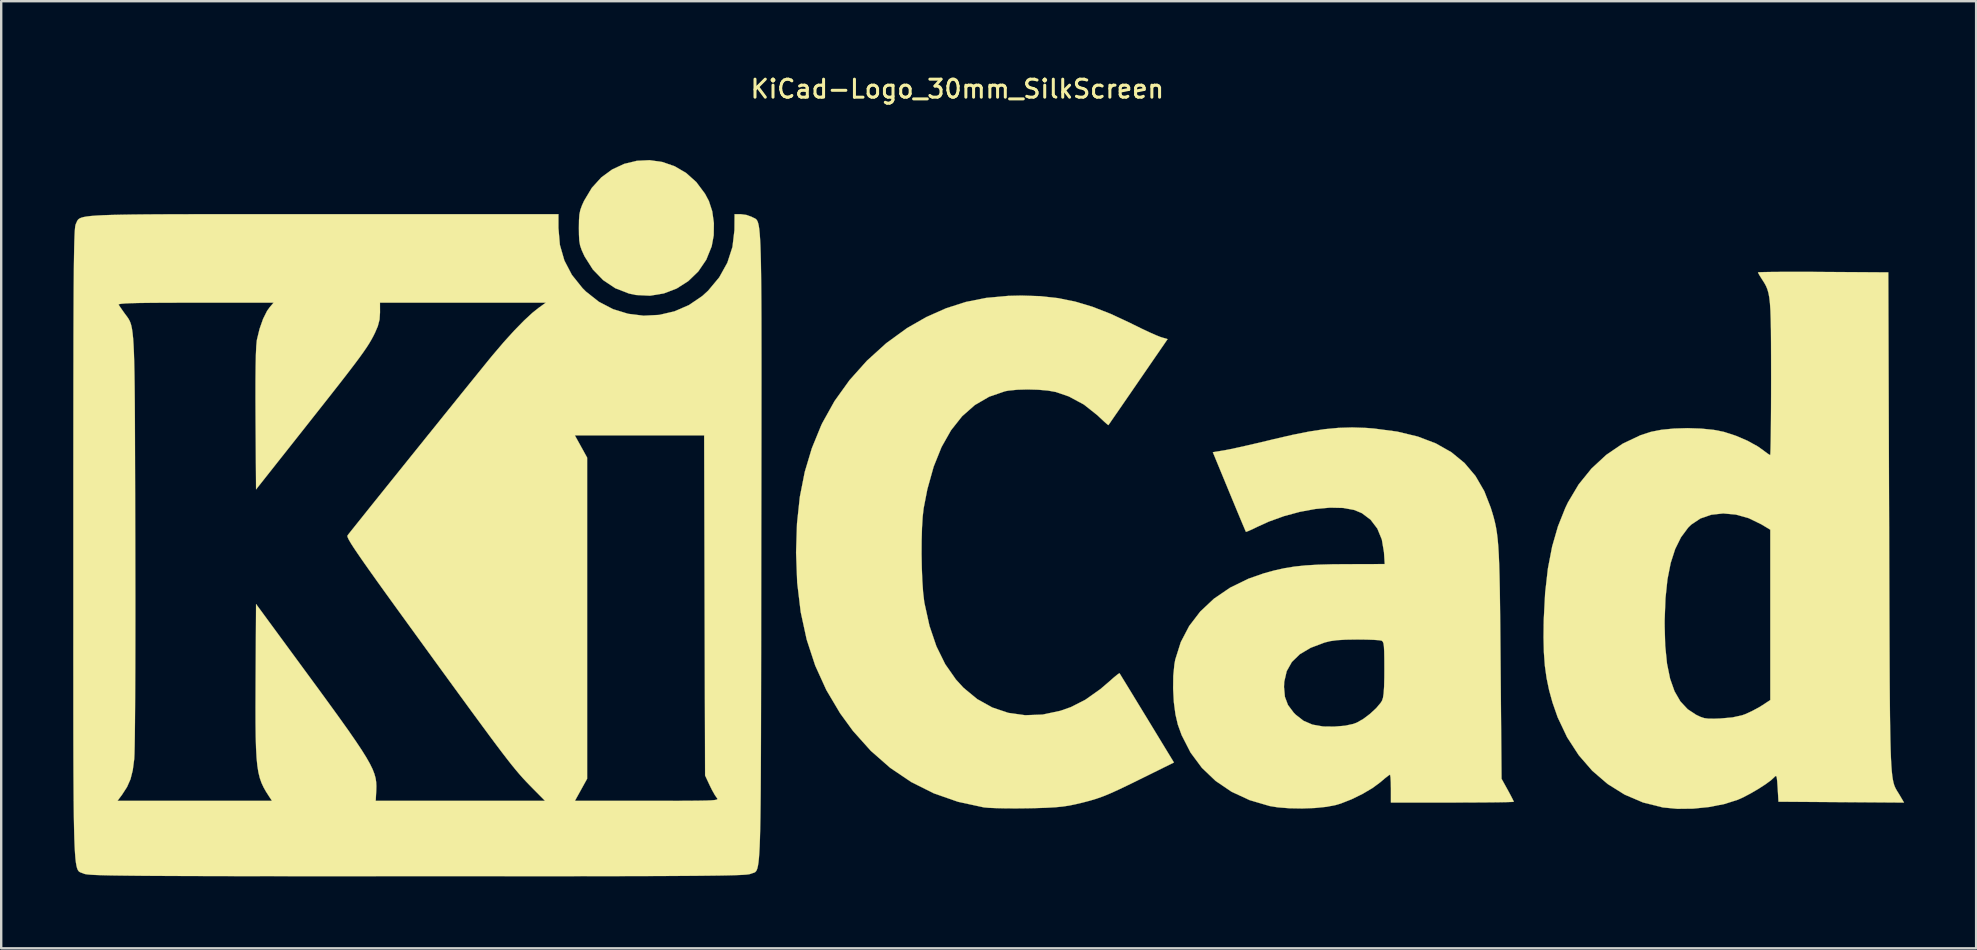
<source format=kicad_pcb>
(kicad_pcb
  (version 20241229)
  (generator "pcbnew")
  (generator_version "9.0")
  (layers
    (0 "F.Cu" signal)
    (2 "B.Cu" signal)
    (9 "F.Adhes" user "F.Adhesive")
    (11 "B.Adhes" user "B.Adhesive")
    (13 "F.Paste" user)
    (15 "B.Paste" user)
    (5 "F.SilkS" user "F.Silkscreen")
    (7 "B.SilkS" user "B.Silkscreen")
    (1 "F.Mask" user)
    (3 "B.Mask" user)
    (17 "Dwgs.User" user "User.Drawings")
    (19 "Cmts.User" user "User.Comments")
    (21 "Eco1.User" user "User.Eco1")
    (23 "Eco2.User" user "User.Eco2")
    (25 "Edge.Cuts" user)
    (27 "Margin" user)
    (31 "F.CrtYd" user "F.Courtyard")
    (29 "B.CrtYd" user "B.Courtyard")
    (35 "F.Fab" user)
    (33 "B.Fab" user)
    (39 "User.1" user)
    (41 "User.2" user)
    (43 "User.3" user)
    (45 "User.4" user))
  (footprint "KiCad-Logo_30mm_SilkScreen"
    (layer "F.Cu")
    (at 38.106 18.438)
    (property "Reference" "KiCad-Logo_30mm_SilkScreen" (at -1.27 -17.78 0) (layer "F.SilkS") (effects (font (size 0.75 0.75) (thickness 0.125))))
    (attr exclude_from_pos_files exclude_from_bom allow_missing_courtyard)
    (fp_poly (pts (xy -13.557 -14.738) (xy -13.044 -14.56) (xy -12.567 -14.28) (xy -12.141 -13.898) (xy -11.781 -13.415) (xy -11.619 -13.11) (xy -11.48 -12.683) (xy -11.412 -12.191) (xy -11.419 -11.684) (xy -11.503 -11.226) (xy -11.73 -10.665) (xy -12.061 -10.179) (xy -12.477 -9.777) (xy -12.961 -9.468) (xy -13.499 -9.262) (xy -14.071 -9.168) (xy -14.662 -9.197) (xy -14.953 -9.259) (xy -15.521 -9.48) (xy -16.025 -9.817) (xy -16.454 -10.26) (xy -16.795 -10.798) (xy -16.823 -10.856) (xy -16.923 -11.077) (xy -16.986 -11.263) (xy -17.02 -11.459) (xy -17.033 -11.71) (xy -17.036 -11.983) (xy -17.032 -12.311) (xy -17.015 -12.549) (xy -16.976 -12.741) (xy -16.906 -12.933) (xy -16.82 -13.122) (xy -16.498 -13.66) (xy -16.103 -14.095) (xy -15.648 -14.428) (xy -15.151 -14.659) (xy -14.626 -14.787) (xy -14.09 -14.814) (xy -13.557 -14.738)) (stroke (width 0.01) (type solid)) (fill yes) (layer "F.SilkS"))
    (fp_poly (pts (xy 2.188 -9.148) (xy 2.924 -9.067) (xy 3.638 -8.923) (xy 4.357 -8.708) (xy 5.111 -8.414) (xy 5.93 -8.033) (xy 6.078 -7.959) (xy 6.416 -7.793) (xy 6.735 -7.643) (xy 7.003 -7.524) (xy 7.189 -7.45) (xy 7.218 -7.44) (xy 7.492 -7.358) (xy 6.265 -5.574) (xy 5.966 -5.138) (xy 5.691 -4.739) (xy 5.452 -4.392) (xy 5.257 -4.11) (xy 5.116 -3.905) (xy 5.038 -3.793) (xy 5.026 -3.775) (xy 4.974 -3.812) (xy 4.847 -3.924) (xy 4.668 -4.091) (xy 4.569 -4.185) (xy 4.007 -4.631) (xy 3.377 -4.97) (xy 2.834 -5.156) (xy 2.508 -5.215) (xy 2.099 -5.25) (xy 1.657 -5.262) (xy 1.228 -5.25) (xy 0.861 -5.213) (xy 0.715 -5.185) (xy 0.055 -4.958) (xy -0.539 -4.612) (xy -1.068 -4.146) (xy -1.53 -3.563) (xy -1.927 -2.861) (xy -2.256 -2.043) (xy -2.517 -1.108) (xy -2.673 -0.307) (xy -2.713 0.046) (xy -2.741 0.503) (xy -2.756 1.029) (xy -2.759 1.594) (xy -2.749 2.163) (xy -2.728 2.703) (xy -2.695 3.184) (xy -2.65 3.57) (xy -2.641 3.629) (xy -2.429 4.59) (xy -2.141 5.439) (xy -1.775 6.183) (xy -1.328 6.823) (xy -1.011 7.169) (xy -0.441 7.64) (xy 0.184 7.988) (xy 0.853 8.213) (xy 1.557 8.312) (xy 2.284 8.285) (xy 3.023 8.128) (xy 3.461 7.974) (xy 4.066 7.666) (xy 4.69 7.225) (xy 5.04 6.926) (xy 5.236 6.753) (xy 5.39 6.626) (xy 5.478 6.565) (xy 5.489 6.563) (xy 5.528 6.626) (xy 5.629 6.791) (xy 5.784 7.044) (xy 5.985 7.372) (xy 6.221 7.76) (xy 6.485 8.193) (xy 6.633 8.435) (xy 7.756 10.281) (xy 6.353 10.974) (xy 5.846 11.223) (xy 5.435 11.419) (xy 5.095 11.573) (xy 4.802 11.693) (xy 4.529 11.79) (xy 4.252 11.873) (xy 3.946 11.953) (xy 3.653 12.022) (xy 3.392 12.076) (xy 3.12 12.117) (xy 2.808 12.147) (xy 2.429 12.168) (xy 1.957 12.183) (xy 1.639 12.189) (xy 1.185 12.194) (xy 0.749 12.192) (xy 0.361 12.183) (xy 0.049 12.17) (xy -0.157 12.152) (xy -0.169 12.15) (xy -1.242 11.918) (xy -2.249 11.566) (xy -3.19 11.095) (xy -4.066 10.504) (xy -4.875 9.794) (xy -5.617 8.965) (xy -6.154 8.228) (xy -6.726 7.263) (xy -7.189 6.245) (xy -7.544 5.164) (xy -7.794 4.013) (xy -7.941 2.783) (xy -7.987 1.534) (xy -7.949 0.327) (xy -7.83 -0.788) (xy -7.625 -1.828) (xy -7.33 -2.812) (xy -6.943 -3.759) (xy -6.897 -3.857) (xy -6.387 -4.774) (xy -5.761 -5.647) (xy -5.037 -6.457) (xy -4.232 -7.187) (xy -3.364 -7.818) (xy -2.555 -8.281) (xy -1.738 -8.643) (xy -0.919 -8.906) (xy -0.066 -9.076) (xy 0.851 -9.16) (xy 1.4 -9.173) (xy 2.188 -9.148)) (stroke (width 0.01) (type solid)) (fill yes) (layer "F.SilkS"))
    (fp_poly (pts (xy 34.027 -10.161) (xy 34.608 -10.159) (xy 34.806 -10.157) (xy 37.52 -10.14) (xy 37.554 0.273) (xy 37.558 1.685) (xy 37.562 2.967) (xy 37.566 4.126) (xy 37.57 5.168) (xy 37.574 6.1) (xy 37.578 6.929) (xy 37.584 7.661) (xy 37.59 8.303) (xy 37.598 8.861) (xy 37.607 9.342) (xy 37.618 9.753) (xy 37.631 10.101) (xy 37.646 10.392) (xy 37.664 10.632) (xy 37.685 10.828) (xy 37.709 10.988) (xy 37.736 11.117) (xy 37.766 11.222) (xy 37.801 11.31) (xy 37.84 11.388) (xy 37.883 11.462) (xy 37.931 11.538) (xy 37.983 11.624) (xy 37.994 11.642) (xy 38.175 11.951) (xy 35.56 11.933) (xy 32.945 11.915) (xy 32.911 11.34) (xy 32.892 11.065) (xy 32.873 10.905) (xy 32.847 10.842) (xy 32.807 10.855) (xy 32.774 10.891) (xy 32.63 11.024) (xy 32.396 11.195) (xy 32.105 11.383) (xy 31.788 11.568) (xy 31.481 11.73) (xy 31.244 11.836) (xy 30.691 12.011) (xy 30.056 12.136) (xy 29.386 12.204) (xy 28.728 12.211) (xy 28.129 12.154) (xy 28.12 12.152) (xy 27.301 11.947) (xy 26.534 11.619) (xy 25.827 11.177) (xy 25.187 10.627) (xy 24.622 9.976) (xy 24.139 9.231) (xy 23.745 8.4) (xy 23.53 7.784) (xy 23.388 7.269) (xy 23.284 6.77) (xy 23.212 6.257) (xy 23.171 5.699) (xy 23.156 5.068) (xy 23.162 4.552) (xy 28.201 4.552) (xy 28.225 5.417) (xy 28.3 6.161) (xy 28.429 6.791) (xy 28.614 7.314) (xy 28.857 7.735) (xy 29.161 8.062) (xy 29.511 8.293) (xy 29.694 8.38) (xy 29.852 8.432) (xy 30.029 8.455) (xy 30.266 8.457) (xy 30.521 8.448) (xy 31.023 8.404) (xy 31.42 8.317) (xy 31.545 8.274) (xy 31.83 8.145) (xy 32.131 7.984) (xy 32.262 7.903) (xy 32.603 7.68) (xy 32.603 0.582) (xy 32.228 0.357) (xy 31.704 0.102) (xy 31.169 -0.048) (xy 30.642 -0.096) (xy 30.143 -0.041) (xy 29.691 0.115) (xy 29.307 0.372) (xy 29.182 0.495) (xy 28.883 0.898) (xy 28.641 1.386) (xy 28.454 1.968) (xy 28.319 2.651) (xy 28.236 3.444) (xy 28.202 4.355) (xy 28.201 4.552) (xy 23.162 4.552) (xy 23.165 4.337) (xy 23.223 3.213) (xy 23.338 2.199) (xy 23.515 1.281) (xy 23.757 0.443) (xy 24.065 -0.329) (xy 24.175 -0.558) (xy 24.619 -1.304) (xy 25.155 -1.967) (xy 25.771 -2.537) (xy 26.454 -3.002) (xy 27.191 -3.352) (xy 27.634 -3.496) (xy 28.068 -3.581) (xy 28.591 -3.632) (xy 29.158 -3.649) (xy 29.725 -3.63) (xy 30.25 -3.577) (xy 30.671 -3.494) (xy 31.172 -3.331) (xy 31.658 -3.122) (xy 32.083 -2.887) (xy 32.309 -2.727) (xy 32.465 -2.609) (xy 32.575 -2.537) (xy 32.599 -2.526) (xy 32.607 -2.592) (xy 32.614 -2.782) (xy 32.621 -3.081) (xy 32.627 -3.476) (xy 32.631 -3.955) (xy 32.635 -4.504) (xy 32.637 -5.108) (xy 32.638 -5.725) (xy 32.637 -6.514) (xy 32.635 -7.179) (xy 32.631 -7.733) (xy 32.622 -8.189) (xy 32.609 -8.559) (xy 32.589 -8.857) (xy 32.562 -9.094) (xy 32.526 -9.283) (xy 32.481 -9.438) (xy 32.426 -9.571) (xy 32.358 -9.695) (xy 32.277 -9.822) (xy 32.267 -9.837) (xy 32.163 -10.002) (xy 32.1 -10.115) (xy 32.091 -10.139) (xy 32.157 -10.146) (xy 32.345 -10.152) (xy 32.641 -10.157) (xy 33.029 -10.16) (xy 33.496 -10.161) (xy 34.027 -10.161)) (stroke (width 0.01) (type solid)) (fill yes) (layer "F.SilkS"))
    (fp_poly (pts (xy 15.752 -3.659) (xy 16.091 -3.633) (xy 17.059 -3.505) (xy 17.916 -3.299) (xy 18.666 -3.014) (xy 19.315 -2.647) (xy 19.865 -2.195) (xy 20.321 -1.655) (xy 20.687 -1.024) (xy 20.954 -0.341) (xy 21.022 -0.124) (xy 21.081 0.08) (xy 21.132 0.281) (xy 21.176 0.49) (xy 21.213 0.719) (xy 21.244 0.977) (xy 21.27 1.277) (xy 21.291 1.628) (xy 21.308 2.042) (xy 21.322 2.531) (xy 21.334 3.104) (xy 21.343 3.774) (xy 21.352 4.55) (xy 21.36 5.444) (xy 21.366 6.145) (xy 21.406 10.959) (xy 21.662 11.422) (xy 21.783 11.645) (xy 21.873 11.819) (xy 21.916 11.911) (xy 21.918 11.917) (xy 21.852 11.924) (xy 21.665 11.931) (xy 21.37 11.937) (xy 20.985 11.942) (xy 20.522 11.945) (xy 19.997 11.948) (xy 19.425 11.949) (xy 19.357 11.949) (xy 16.797 11.949) (xy 16.797 11.369) (xy 16.792 11.106) (xy 16.781 10.906) (xy 16.764 10.798) (xy 16.757 10.788) (xy 16.689 10.83) (xy 16.549 10.939) (xy 16.368 11.093) (xy 16.364 11.097) (xy 16.033 11.343) (xy 15.615 11.59) (xy 15.158 11.814) (xy 14.708 11.991) (xy 14.509 12.051) (xy 14.115 12.128) (xy 13.631 12.177) (xy 13.102 12.197) (xy 12.572 12.188) (xy 12.085 12.15) (xy 11.744 12.095) (xy 10.909 11.849) (xy 10.157 11.5) (xy 9.493 11.05) (xy 8.922 10.505) (xy 8.449 9.868) (xy 8.079 9.145) (xy 7.92 8.706) (xy 7.82 8.279) (xy 7.753 7.767) (xy 7.723 7.216) (xy 7.724 7.136) (xy 12.342 7.136) (xy 12.38 7.545) (xy 12.507 7.885) (xy 12.743 8.201) (xy 12.834 8.293) (xy 13.155 8.543) (xy 13.527 8.703) (xy 13.973 8.781) (xy 14.442 8.786) (xy 14.887 8.749) (xy 15.228 8.675) (xy 15.376 8.62) (xy 15.642 8.469) (xy 15.925 8.256) (xy 16.183 8.018) (xy 16.375 7.789) (xy 16.426 7.705) (xy 16.466 7.588) (xy 16.494 7.401) (xy 16.513 7.126) (xy 16.522 6.747) (xy 16.524 6.385) (xy 16.522 5.964) (xy 16.517 5.659) (xy 16.506 5.452) (xy 16.487 5.321) (xy 16.458 5.247) (xy 16.417 5.21) (xy 16.404 5.204) (xy 16.294 5.186) (xy 16.077 5.171) (xy 15.781 5.161) (xy 15.438 5.157) (xy 15.363 5.157) (xy 14.903 5.164) (xy 14.549 5.186) (xy 14.266 5.225) (xy 14.034 5.283) (xy 13.456 5.501) (xy 13.002 5.77) (xy 12.67 6.093) (xy 12.455 6.475) (xy 12.352 6.92) (xy 12.342 7.136) (xy 7.724 7.136) (xy 7.729 6.675) (xy 7.776 6.189) (xy 7.812 5.993) (xy 8.042 5.265) (xy 8.392 4.595) (xy 8.855 3.99) (xy 9.424 3.456) (xy 10.094 2.999) (xy 10.857 2.626) (xy 11.505 2.399) (xy 11.939 2.28) (xy 12.353 2.188) (xy 12.776 2.119) (xy 13.233 2.071) (xy 13.752 2.04) (xy 14.36 2.023) (xy 14.91 2.019) (xy 16.539 2.014) (xy 16.508 1.524) (xy 16.419 0.993) (xy 16.231 0.536) (xy 15.95 0.166) (xy 15.586 -0.108) (xy 15.265 -0.241) (xy 14.806 -0.325) (xy 14.258 -0.337) (xy 13.65 -0.282) (xy 13.004 -0.163) (xy 12.348 0.014) (xy 11.708 0.245) (xy 11.242 0.457) (xy 11.018 0.566) (xy 10.847 0.641) (xy 10.76 0.671) (xy 10.756 0.67) (xy 10.726 0.604) (xy 10.651 0.428) (xy 10.538 0.16) (xy 10.394 -0.185) (xy 10.227 -0.588) (xy 10.057 -0.999) (xy 9.377 -2.647) (xy 9.861 -2.726) (xy 10.07 -2.766) (xy 10.385 -2.833) (xy 10.779 -2.921) (xy 11.224 -3.024) (xy 11.694 -3.135) (xy 11.881 -3.181) (xy 12.69 -3.368) (xy 13.398 -3.509) (xy 14.032 -3.606) (xy 14.618 -3.661) (xy 15.183 -3.678) (xy 15.752 -3.659)) (stroke (width 0.01) (type solid)) (fill yes) (layer "F.SilkS"))
    (fp_poly (pts (xy -29.619 -12.564) (xy -28.303 -12.563) (xy -27.691 -12.563) (xy -17.889 -12.563) (xy -17.889 -11.986) (xy -17.828 -11.283) (xy -17.641 -10.634) (xy -17.329 -10.036) (xy -16.889 -9.486) (xy -16.74 -9.337) (xy -16.205 -8.915) (xy -15.614 -8.607) (xy -14.986 -8.414) (xy -14.338 -8.334) (xy -13.688 -8.368) (xy -13.053 -8.516) (xy -12.451 -8.777) (xy -11.899 -9.152) (xy -11.651 -9.377) (xy -11.189 -9.932) (xy -10.851 -10.541) (xy -10.638 -11.198) (xy -10.555 -11.897) (xy -10.554 -11.966) (xy -10.549 -12.563) (xy -10.287 -12.563) (xy -10.054 -12.532) (xy -9.841 -12.455) (xy -9.827 -12.447) (xy -9.779 -12.422) (xy -9.735 -12.403) (xy -9.694 -12.383) (xy -9.658 -12.358) (xy -9.624 -12.321) (xy -9.594 -12.267) (xy -9.567 -12.19) (xy -9.543 -12.085) (xy -9.522 -11.946) (xy -9.504 -11.767) (xy -9.488 -11.543) (xy -9.474 -11.267) (xy -9.463 -10.935) (xy -9.453 -10.541) (xy -9.446 -10.078) (xy -9.44 -9.542) (xy -9.435 -8.927) (xy -9.432 -8.226) (xy -9.431 -7.435) (xy -9.43 -6.548) (xy -9.43 -5.558) (xy -9.431 -4.461) (xy -9.432 -3.251) (xy -9.434 -1.922) (xy -9.436 -0.468) (xy -9.439 1.116) (xy -9.439 1.309) (xy -9.441 2.903) (xy -9.443 4.366) (xy -9.444 5.704) (xy -9.446 6.923) (xy -9.448 8.027) (xy -9.45 9.023) (xy -9.453 9.917) (xy -9.457 10.714) (xy -9.461 11.419) (xy -9.467 12.038) (xy -9.474 12.578) (xy -9.483 13.043) (xy -9.493 13.44) (xy -9.505 13.773) (xy -9.52 14.049) (xy -9.536 14.273) (xy -9.555 14.451) (xy -9.577 14.589) (xy -9.601 14.692) (xy -9.628 14.766) (xy -9.659 14.816) (xy -9.692 14.849) (xy -9.73 14.869) (xy -9.771 14.883) (xy -9.815 14.896) (xy -9.864 14.914) (xy -9.876 14.919) (xy -9.914 14.931) (xy -9.976 14.942) (xy -10.07 14.953) (xy -10.2 14.962) (xy -10.371 14.97) (xy -10.59 14.978) (xy -10.861 14.985) (xy -11.19 14.991) (xy -11.584 14.996) (xy -12.046 15.001) (xy -12.582 15.005) (xy -13.199 15.009) (xy -13.902 15.012) (xy -14.695 15.014) (xy -15.585 15.016) (xy -16.577 15.017) (xy -17.676 15.019) (xy -18.889 15.019) (xy -20.22 15.02) (xy -21.674 15.02) (xy -23.258 15.02) (xy -23.772 15.02) (xy -25.391 15.02) (xy -26.879 15.019) (xy -28.242 15.019) (xy -29.485 15.018) (xy -30.613 15.017) (xy -31.633 15.015) (xy -32.549 15.013) (xy -33.368 15.011) (xy -34.094 15.008) (xy -34.734 15.005) (xy -35.293 15.001) (xy -35.776 14.996) (xy -36.189 14.991) (xy -36.538 14.986) (xy -36.828 14.979) (xy -37.064 14.972) (xy -37.253 14.964) (xy -37.399 14.955) (xy -37.508 14.945) (xy -37.587 14.934) (xy -37.64 14.922) (xy -37.668 14.911) (xy -37.72 14.89) (xy -37.766 14.874) (xy -37.809 14.858) (xy -37.849 14.836) (xy -37.884 14.804) (xy -37.916 14.754) (xy -37.945 14.682) (xy -37.97 14.581) (xy -37.993 14.447) (xy -38.013 14.273) (xy -38.03 14.054) (xy -38.045 13.784) (xy -38.058 13.458) (xy -38.068 13.069) (xy -38.077 12.613) (xy -38.084 12.084) (xy -38.086 11.881) (xy -36.263 11.881) (xy -29.822 11.881) (xy -29.946 11.693) (xy -30.07 11.5) (xy -30.174 11.316) (xy -30.261 11.129) (xy -30.332 10.925) (xy -30.389 10.692) (xy -30.433 10.416) (xy -30.465 10.086) (xy -30.487 9.687) (xy -30.501 9.208) (xy -30.508 8.635) (xy -30.509 7.955) (xy -30.506 7.156) (xy -30.505 6.86) (xy -30.487 3.68) (xy -28.473 6.423) (xy -27.902 7.2) (xy -27.408 7.878) (xy -26.984 8.464) (xy -26.626 8.967) (xy -26.329 9.397) (xy -26.086 9.762) (xy -25.893 10.071) (xy -25.744 10.334) (xy -25.633 10.559) (xy -25.557 10.755) (xy -25.508 10.931) (xy -25.483 11.097) (xy -25.475 11.261) (xy -25.479 11.432) (xy -25.48 11.453) (xy -25.502 11.881) (xy -21.973 11.881) (xy -18.444 11.881) (xy -18.969 11.351) (xy -19.111 11.206) (xy -19.246 11.066) (xy -19.38 10.921) (xy -19.519 10.764) (xy -19.667 10.589) (xy -19.833 10.386) (xy -20.02 10.148) (xy -20.236 9.867) (xy -20.486 9.536) (xy -20.776 9.147) (xy -21.112 8.691) (xy -21.501 8.162) (xy -21.947 7.551) (xy -22.457 6.851) (xy -23.037 6.054) (xy -23.512 5.4) (xy -24.108 4.578) (xy -24.629 3.86) (xy -25.078 3.238) (xy -25.46 2.706) (xy -25.78 2.256) (xy -26.043 1.882) (xy -26.253 1.578) (xy -26.416 1.336) (xy -26.535 1.149) (xy -26.616 1.011) (xy -26.663 0.915) (xy -26.682 0.854) (xy -26.676 0.822) (xy -26.61 0.736) (xy -26.466 0.555) (xy -26.254 0.29) (xy -25.982 -0.05) (xy -25.66 -0.453) (xy -25.294 -0.908) (xy -24.895 -1.405) (xy -24.47 -1.933) (xy -24.029 -2.482) (xy -23.58 -3.039) (xy -23.334 -3.346) (xy -17.204 -3.346) (xy -16.949 -2.885) (xy -16.694 -2.424) (xy -16.694 10.959) (xy -16.949 11.42) (xy -17.204 11.881) (xy -14.19 11.881) (xy -13.471 11.88) (xy -12.877 11.879) (xy -12.396 11.877) (xy -12.018 11.873) (xy -11.731 11.868) (xy -11.524 11.859) (xy -11.385 11.847) (xy -11.304 11.832) (xy -11.267 11.812) (xy -11.265 11.788) (xy -11.286 11.76) (xy -11.286 11.759) (xy -11.373 11.635) (xy -11.487 11.432) (xy -11.587 11.23) (xy -11.778 10.822) (xy -11.798 3.738) (xy -11.817 -3.346) (xy -17.204 -3.346) (xy -23.334 -3.346) (xy -23.132 -3.595) (xy -22.694 -4.14) (xy -22.273 -4.661) (xy -21.88 -5.149) (xy -21.521 -5.592) (xy -21.207 -5.98) (xy -20.946 -6.302) (xy -20.746 -6.548) (xy -20.628 -6.691) (xy -20.172 -7.227) (xy -19.734 -7.71) (xy -19.328 -8.126) (xy -18.97 -8.457) (xy -18.715 -8.66) (xy -18.415 -8.876) (xy -25.325 -8.876) (xy -25.323 -8.471) (xy -25.342 -8.173) (xy -25.415 -7.896) (xy -25.527 -7.634) (xy -25.6 -7.486) (xy -25.679 -7.34) (xy -25.77 -7.185) (xy -25.881 -7.012) (xy -26.019 -6.811) (xy -26.191 -6.572) (xy -26.405 -6.286) (xy -26.667 -5.943) (xy -26.985 -5.533) (xy -27.366 -5.047) (xy -27.817 -4.475) (xy -28.345 -3.806) (xy -28.404 -3.731) (xy -30.487 -1.097) (xy -30.507 -4.014) (xy -30.511 -4.887) (xy -30.51 -5.627) (xy -30.504 -6.235) (xy -30.494 -6.714) (xy -30.478 -7.066) (xy -30.457 -7.294) (xy -30.45 -7.337) (xy -30.339 -7.792) (xy -30.194 -8.203) (xy -30.029 -8.533) (xy -29.929 -8.673) (xy -29.758 -8.876) (xy -33.011 -8.876) (xy -33.787 -8.876) (xy -34.436 -8.874) (xy -34.968 -8.87) (xy -35.391 -8.864) (xy -35.715 -8.856) (xy -35.95 -8.845) (xy -36.106 -8.831) (xy -36.191 -8.815) (xy -36.215 -8.795) (xy -36.213 -8.791) (xy -36.144 -8.687) (xy -36.029 -8.522) (xy -35.969 -8.438) (xy -35.908 -8.355) (xy -35.852 -8.281) (xy -35.803 -8.208) (xy -35.759 -8.129) (xy -35.72 -8.037) (xy -35.686 -7.924) (xy -35.657 -7.784) (xy -35.632 -7.608) (xy -35.61 -7.39) (xy -35.592 -7.122) (xy -35.577 -6.797) (xy -35.565 -6.408) (xy -35.555 -5.947) (xy -35.547 -5.406) (xy -35.541 -4.779) (xy -35.536 -4.058) (xy -35.533 -3.236) (xy -35.53 -2.306) (xy -35.527 -1.26) (xy -35.524 -0.091) (xy -35.521 0.983) (xy -35.519 2.181) (xy -35.517 3.323) (xy -35.517 4.404) (xy -35.518 5.414) (xy -35.52 6.348) (xy -35.524 7.198) (xy -35.528 7.956) (xy -35.533 8.615) (xy -35.539 9.169) (xy -35.546 9.609) (xy -35.554 9.928) (xy -35.563 10.12) (xy -35.564 10.14) (xy -35.625 10.604) (xy -35.719 10.977) (xy -35.863 11.302) (xy -36.071 11.624) (xy -36.097 11.659) (xy -36.263 11.881) (xy -38.086 11.881) (xy -38.089 11.475) (xy -38.094 10.782) (xy -38.097 9.999) (xy -38.099 9.119) (xy -38.1 8.138) (xy -38.1 7.05) (xy -38.101 5.848) (xy -38.1 4.529) (xy -38.1 3.085) (xy -38.1 1.511) (xy -38.1 1.198) (xy -38.1 -0.392) (xy -38.1 -1.852) (xy -38.099 -3.186) (xy -38.098 -4.4) (xy -38.097 -5.5) (xy -38.095 -6.492) (xy -38.094 -7.381) (xy -38.091 -8.172) (xy -38.088 -8.872) (xy -38.085 -9.486) (xy -38.08 -10.019) (xy -38.076 -10.477) (xy -38.07 -10.866) (xy -38.064 -11.191) (xy -38.057 -11.458) (xy -38.049 -11.673) (xy -38.041 -11.841) (xy -38.031 -11.967) (xy -38.021 -12.058) (xy -38.009 -12.119) (xy -37.997 -12.155) (xy -37.996 -12.156) (xy -37.971 -12.211) (xy -37.949 -12.262) (xy -37.926 -12.307) (xy -37.893 -12.347) (xy -37.845 -12.383) (xy -37.775 -12.415) (xy -37.677 -12.443) (xy -37.543 -12.467) (xy -37.368 -12.488) (xy -37.144 -12.505) (xy -36.866 -12.52) (xy -36.526 -12.532) (xy -36.118 -12.541) (xy -35.635 -12.549) (xy -35.072 -12.555) (xy -34.421 -12.559) (xy -33.675 -12.561) (xy -32.829 -12.563) (xy -31.875 -12.564) (xy -30.807 -12.564) (xy -29.619 -12.564)) (stroke (width 0.01) (type solid)) (fill yes) (layer "F.SilkS")))
  (gr_rect
    (start -3 -3)
    (end 79.286 36.463)
    (stroke (width 0.1) (type default))
    (fill no)
    (layer "Edge.Cuts")))
</source>
